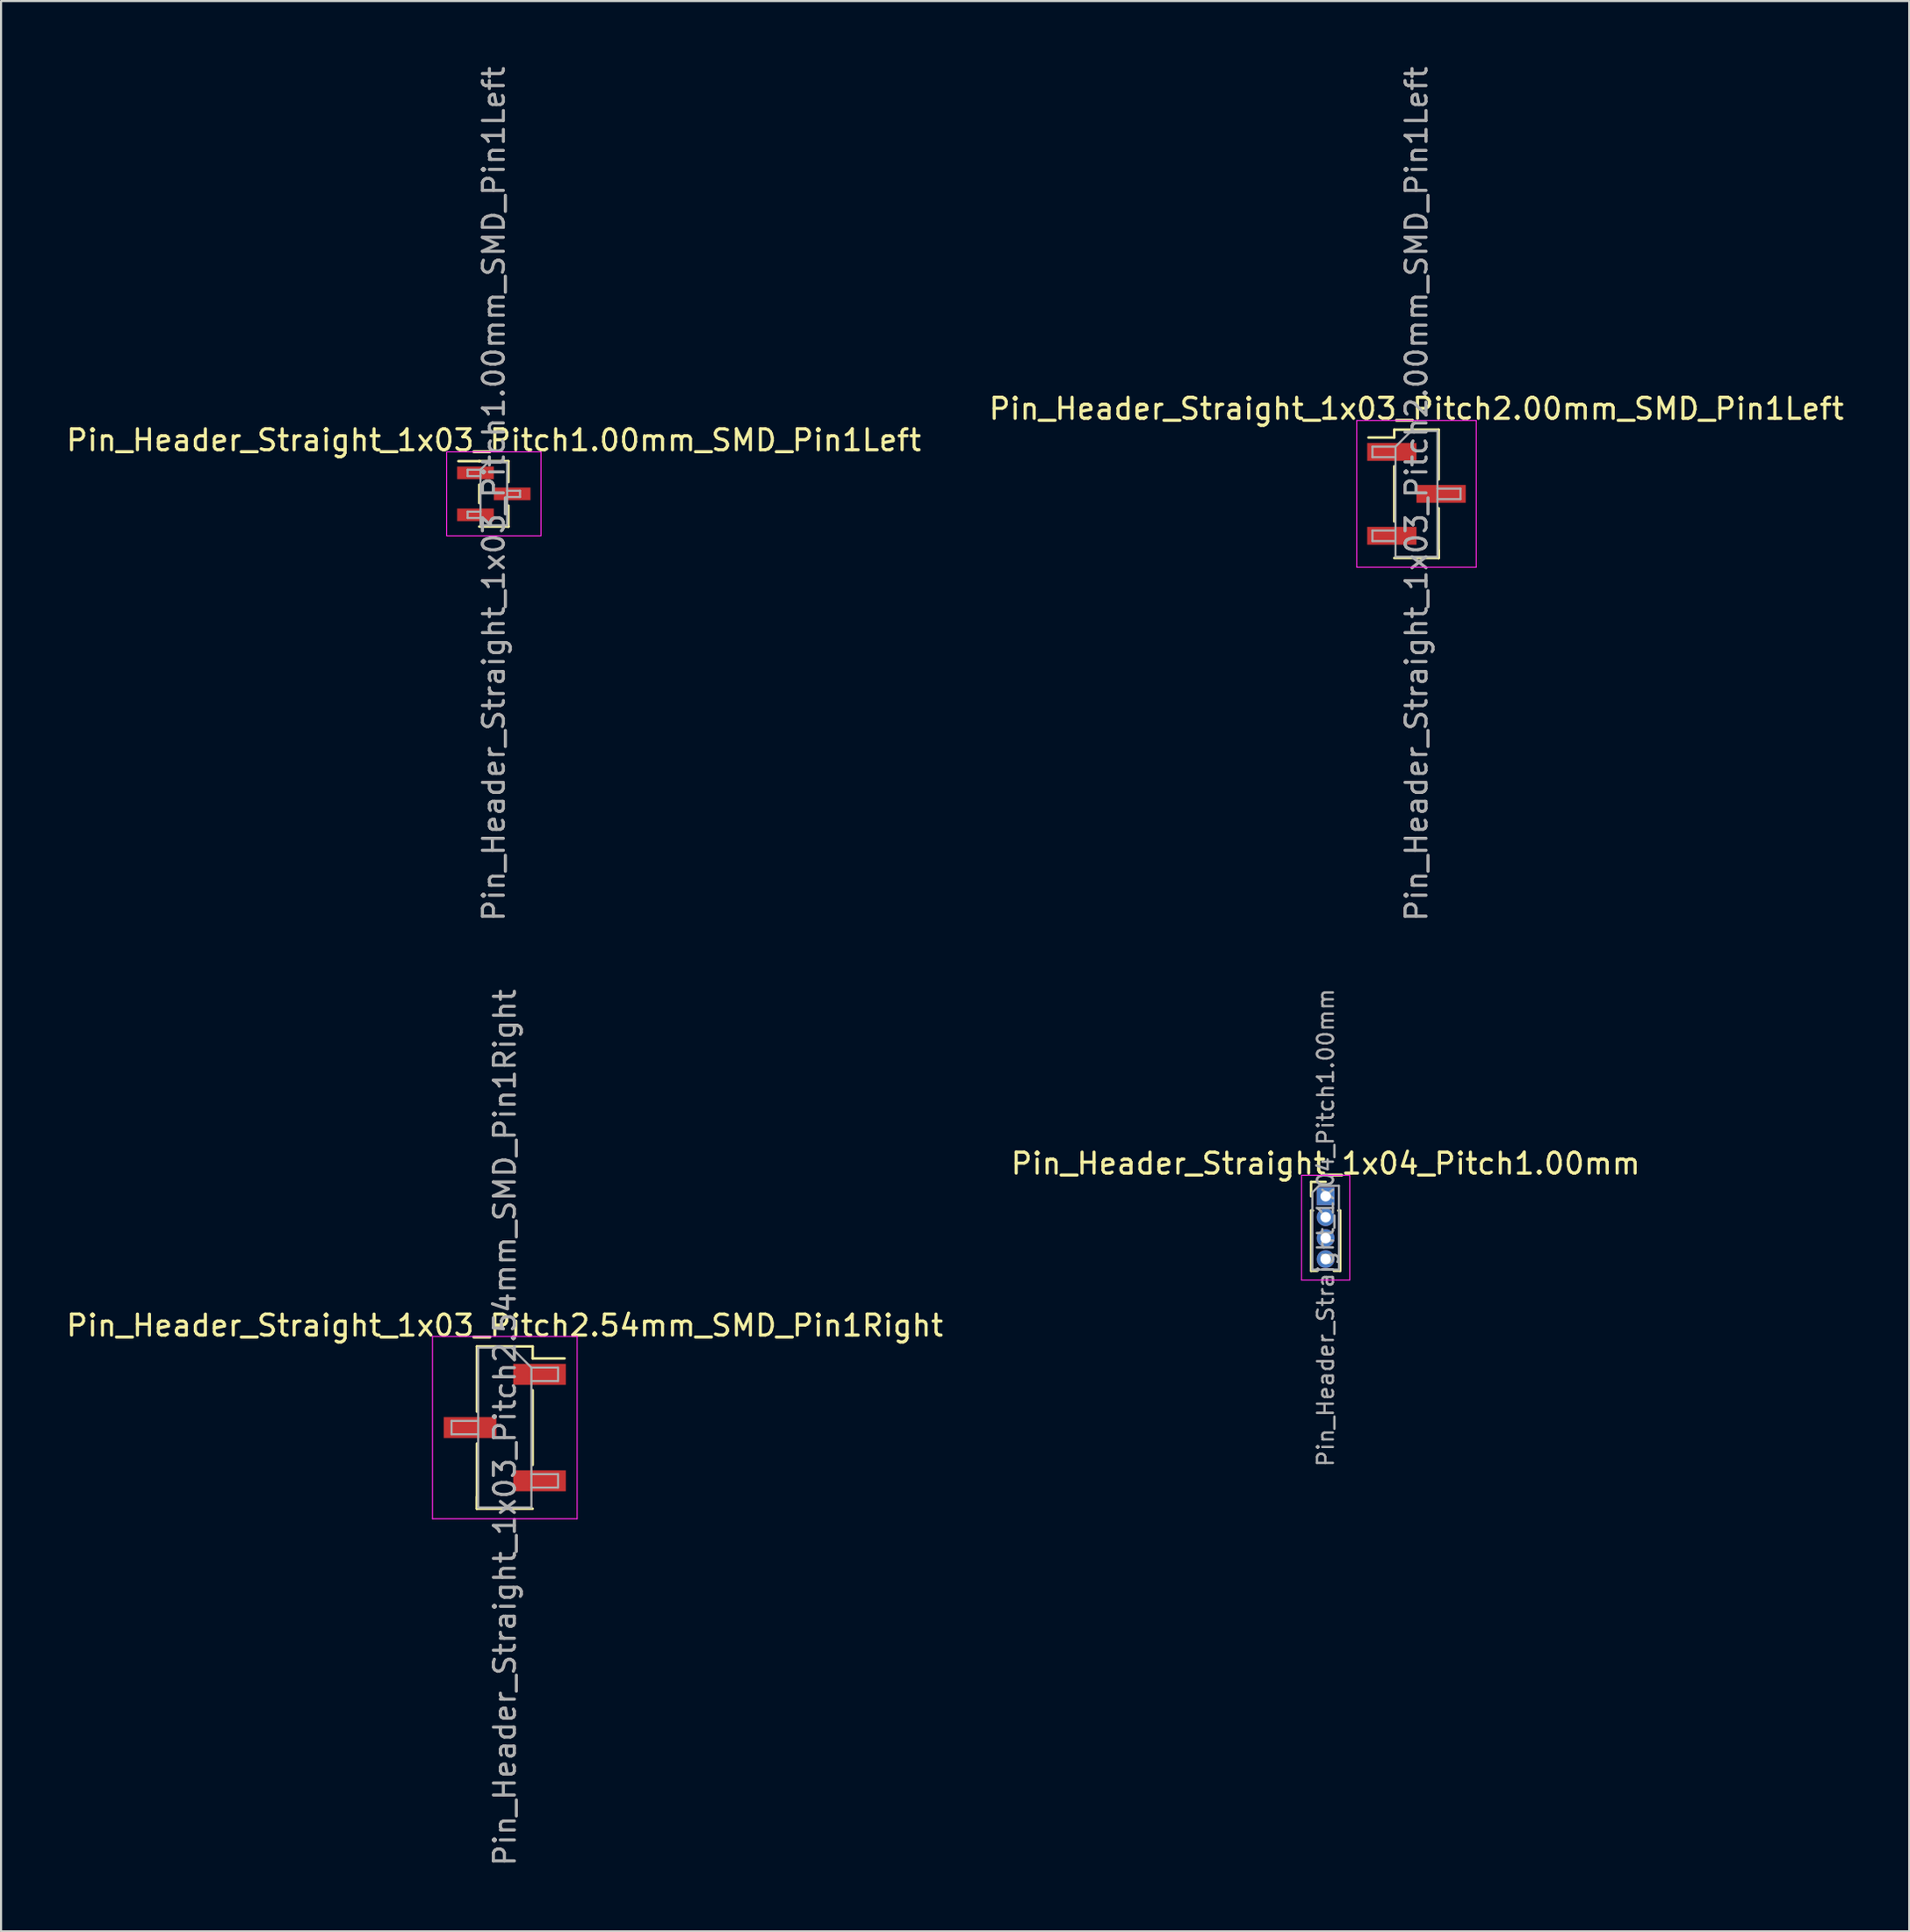
<source format=kicad_pcb>
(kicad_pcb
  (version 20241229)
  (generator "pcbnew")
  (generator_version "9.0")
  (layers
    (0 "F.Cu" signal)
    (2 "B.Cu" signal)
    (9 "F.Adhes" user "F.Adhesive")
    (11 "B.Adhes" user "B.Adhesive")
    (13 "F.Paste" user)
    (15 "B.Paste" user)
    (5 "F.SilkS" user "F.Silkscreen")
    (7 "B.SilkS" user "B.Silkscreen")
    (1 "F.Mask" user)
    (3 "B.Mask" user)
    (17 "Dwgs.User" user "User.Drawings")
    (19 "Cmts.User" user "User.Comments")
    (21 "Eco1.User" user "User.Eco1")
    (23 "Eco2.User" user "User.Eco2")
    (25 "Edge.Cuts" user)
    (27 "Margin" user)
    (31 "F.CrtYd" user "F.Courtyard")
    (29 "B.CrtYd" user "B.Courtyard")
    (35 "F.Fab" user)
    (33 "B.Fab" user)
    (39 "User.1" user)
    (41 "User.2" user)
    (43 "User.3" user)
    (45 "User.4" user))
  (footprint "Pin_Header_Straight_1x03_Pitch2.00mm_SMD_Pin1Left"
    (layer "F.Cu")
    (at 64.518 20.506)
    (property "Reference" "Pin_Header_Straight_1x03_Pitch2.00mm_SMD_Pin1Left" (at 0 -4.06 0) (layer "F.SilkS") (effects (font (size 1 1) (thickness 0.15))))
    (attr smd)
    (fp_line (start -1.06 -3.06) (end -1.06 -2.685) (stroke (width 0.12) (type solid)) (layer "F.SilkS"))
    (fp_line (start -1.06 -3.06) (end 1.06 -3.06) (stroke (width 0.12) (type solid)) (layer "F.SilkS"))
    (fp_line (start -1.06 -2.685) (end -2.29 -2.685) (stroke (width 0.12) (type solid)) (layer "F.SilkS"))
    (fp_line (start -1.06 -1.315) (end -1.06 1.315) (stroke (width 0.12) (type solid)) (layer "F.SilkS"))
    (fp_line (start -1.06 3.06) (end 1.06 3.06) (stroke (width 0.12) (type solid)) (layer "F.SilkS"))
    (fp_line (start 1.06 -3.06) (end 1.06 -0.685) (stroke (width 0.12) (type solid)) (layer "F.SilkS"))
    (fp_line (start 1.06 0.685) (end 1.06 3.06) (stroke (width 0.12) (type solid)) (layer "F.SilkS"))
    (fp_line (start 1.06 2.685) (end 1.06 3.06) (stroke (width 0.12) (type solid)) (layer "F.SilkS"))
    (fp_line (start -2.85 -3.5) (end -2.85 3.5) (stroke (width 0.05) (type solid)) (layer "F.CrtYd"))
    (fp_line (start -2.85 3.5) (end 2.85 3.5) (stroke (width 0.05) (type solid)) (layer "F.CrtYd"))
    (fp_line (start 2.85 -3.5) (end -2.85 -3.5) (stroke (width 0.05) (type solid)) (layer "F.CrtYd"))
    (fp_line (start 2.85 3.5) (end 2.85 -3.5) (stroke (width 0.05) (type solid)) (layer "F.CrtYd"))
    (fp_line (start -2.1 -2.25) (end -2.1 -1.75) (stroke (width 0.1) (type solid)) (layer "F.Fab"))
    (fp_line (start -2.1 -1.75) (end -1 -1.75) (stroke (width 0.1) (type solid)) (layer "F.Fab"))
    (fp_line (start -2.1 1.75) (end -2.1 2.25) (stroke (width 0.1) (type solid)) (layer "F.Fab"))
    (fp_line (start -2.1 2.25) (end -1 2.25) (stroke (width 0.1) (type solid)) (layer "F.Fab"))
    (fp_line (start -1 -2.25) (end -2.1 -2.25) (stroke (width 0.1) (type solid)) (layer "F.Fab"))
    (fp_line (start -1 -2.25) (end -0.25 -3) (stroke (width 0.1) (type solid)) (layer "F.Fab"))
    (fp_line (start -1 1.75) (end -2.1 1.75) (stroke (width 0.1) (type solid)) (layer "F.Fab"))
    (fp_line (start -1 3) (end -1 -2.25) (stroke (width 0.1) (type solid)) (layer "F.Fab"))
    (fp_line (start -0.25 -3) (end 1 -3) (stroke (width 0.1) (type solid)) (layer "F.Fab"))
    (fp_line (start 1 -3) (end 1 3) (stroke (width 0.1) (type solid)) (layer "F.Fab"))
    (fp_line (start 1 -0.25) (end 2.1 -0.25) (stroke (width 0.1) (type solid)) (layer "F.Fab"))
    (fp_line (start 1 3) (end -1 3) (stroke (width 0.1) (type solid)) (layer "F.Fab"))
    (fp_line (start 2.1 -0.25) (end 2.1 0.25) (stroke (width 0.1) (type solid)) (layer "F.Fab"))
    (fp_line (start 2.1 0.25) (end 1 0.25) (stroke (width 0.1) (type solid)) (layer "F.Fab"))
    (fp_text user "${REFERENCE}" (at 0 0 90) (layer "F.Fab") (effects (font (size 1 1) (thickness 0.15))))
    (pad "1" smd rect (at -1.175 -2) (size 2.35 0.85) (layers "F.Cu" "F.Mask" "F.Paste"))
    (pad "2" smd rect (at 1.175 0) (size 2.35 0.85) (layers "F.Cu" "F.Mask" "F.Paste"))
    (pad "3" smd rect (at -1.175 2) (size 2.35 0.85) (layers "F.Cu" "F.Mask" "F.Paste")))
  (footprint "Pin_Header_Straight_1x04_Pitch1.00mm"
    (layer "F.Cu")
    (at 60.185 54.007)
    (property "Reference" "Pin_Header_Straight_1x04_Pitch1.00mm" (at 0 -1.56 0) (layer "F.SilkS") (effects (font (size 1 1) (thickness 0.15))))
    (attr through_hole)
    (fp_line (start -0.695 -0.685) (end 0 -0.685) (stroke (width 0.12) (type solid)) (layer "F.SilkS"))
    (fp_line (start -0.695 0) (end -0.695 -0.685) (stroke (width 0.12) (type solid)) (layer "F.SilkS"))
    (fp_line (start -0.695 0.685) (end -0.695 3.56) (stroke (width 0.12) (type solid)) (layer "F.SilkS"))
    (fp_line (start -0.695 0.685) (end -0.608 0.685) (stroke (width 0.12) (type solid)) (layer "F.SilkS"))
    (fp_line (start -0.695 3.56) (end -0.394 3.56) (stroke (width 0.12) (type solid)) (layer "F.SilkS"))
    (fp_line (start 0.394 3.56) (end 0.695 3.56) (stroke (width 0.12) (type solid)) (layer "F.SilkS"))
    (fp_line (start 0.608 0.685) (end 0.695 0.685) (stroke (width 0.12) (type solid)) (layer "F.SilkS"))
    (fp_line (start 0.695 0.685) (end 0.695 3.56) (stroke (width 0.12) (type solid)) (layer "F.SilkS"))
    (fp_line (start -1.15 -1) (end -1.15 4) (stroke (width 0.05) (type solid)) (layer "F.CrtYd"))
    (fp_line (start -1.15 4) (end 1.15 4) (stroke (width 0.05) (type solid)) (layer "F.CrtYd"))
    (fp_line (start 1.15 -1) (end -1.15 -1) (stroke (width 0.05) (type solid)) (layer "F.CrtYd"))
    (fp_line (start 1.15 4) (end 1.15 -1) (stroke (width 0.05) (type solid)) (layer "F.CrtYd"))
    (fp_line (start -0.635 -0.182) (end -0.318 -0.5) (stroke (width 0.1) (type solid)) (layer "F.Fab"))
    (fp_line (start -0.635 3.5) (end -0.635 -0.182) (stroke (width 0.1) (type solid)) (layer "F.Fab"))
    (fp_line (start -0.318 -0.5) (end 0.635 -0.5) (stroke (width 0.1) (type solid)) (layer "F.Fab"))
    (fp_line (start 0.635 -0.5) (end 0.635 3.5) (stroke (width 0.1) (type solid)) (layer "F.Fab"))
    (fp_line (start 0.635 3.5) (end -0.635 3.5) (stroke (width 0.1) (type solid)) (layer "F.Fab"))
    (fp_text user "${REFERENCE}" (at 0 1.5 90) (layer "F.Fab") (effects (font (size 0.76 0.76) (thickness 0.114))))
    (pad "1" thru_hole rect (at 0 0) (size 0.85 0.85) (drill 0.5) (layers "*.Cu" "*.Mask"))
    (pad "2" thru_hole oval (at 0 1) (size 0.85 0.85) (drill 0.5) (layers "*.Cu" "*.Mask"))
    (pad "3" thru_hole oval (at 0 2) (size 0.85 0.85) (drill 0.5) (layers "*.Cu" "*.Mask"))
    (pad "4" thru_hole oval (at 0 3) (size 0.85 0.85) (drill 0.5) (layers "*.Cu" "*.Mask")))
  (footprint "Pin_Header_Straight_1x03_Pitch2.54mm_SMD_Pin1Right"
    (layer "F.Cu")
    (at 21.03 65.042)
    (property "Reference" "Pin_Header_Straight_1x03_Pitch2.54mm_SMD_Pin1Right" (at 0 -4.87 0) (layer "F.SilkS") (effects (font (size 1 1) (thickness 0.15))))
    (attr smd)
    (fp_line (start -1.33 -3.87) (end -1.33 -0.76) (stroke (width 0.12) (type solid)) (layer "F.SilkS"))
    (fp_line (start -1.33 -3.87) (end 1.33 -3.87) (stroke (width 0.12) (type solid)) (layer "F.SilkS"))
    (fp_line (start -1.33 0.76) (end -1.33 3.87) (stroke (width 0.12) (type solid)) (layer "F.SilkS"))
    (fp_line (start -1.33 3.3) (end -1.33 3.87) (stroke (width 0.12) (type solid)) (layer "F.SilkS"))
    (fp_line (start -1.33 3.87) (end 1.33 3.87) (stroke (width 0.12) (type solid)) (layer "F.SilkS"))
    (fp_line (start 1.33 -3.87) (end 1.33 -3.3) (stroke (width 0.12) (type solid)) (layer "F.SilkS"))
    (fp_line (start 1.33 -3.3) (end 2.85 -3.3) (stroke (width 0.12) (type solid)) (layer "F.SilkS"))
    (fp_line (start 1.33 -1.78) (end 1.33 1.78) (stroke (width 0.12) (type solid)) (layer "F.SilkS"))
    (fp_line (start -3.45 -4.35) (end -3.45 4.35) (stroke (width 0.05) (type solid)) (layer "F.CrtYd"))
    (fp_line (start -3.45 4.35) (end 3.45 4.35) (stroke (width 0.05) (type solid)) (layer "F.CrtYd"))
    (fp_line (start 3.45 -4.35) (end -3.45 -4.35) (stroke (width 0.05) (type solid)) (layer "F.CrtYd"))
    (fp_line (start 3.45 4.35) (end 3.45 -4.35) (stroke (width 0.05) (type solid)) (layer "F.CrtYd"))
    (fp_line (start -2.54 -0.32) (end -2.54 0.32) (stroke (width 0.1) (type solid)) (layer "F.Fab"))
    (fp_line (start -2.54 0.32) (end -1.27 0.32) (stroke (width 0.1) (type solid)) (layer "F.Fab"))
    (fp_line (start -1.27 -3.81) (end -1.27 3.81) (stroke (width 0.1) (type solid)) (layer "F.Fab"))
    (fp_line (start -1.27 -3.81) (end 0.32 -3.81) (stroke (width 0.1) (type solid)) (layer "F.Fab"))
    (fp_line (start -1.27 -0.32) (end -2.54 -0.32) (stroke (width 0.1) (type solid)) (layer "F.Fab"))
    (fp_line (start 1.27 -2.86) (end 0.32 -3.81) (stroke (width 0.1) (type solid)) (layer "F.Fab"))
    (fp_line (start 1.27 -2.86) (end 2.54 -2.86) (stroke (width 0.1) (type solid)) (layer "F.Fab"))
    (fp_line (start 1.27 2.22) (end 2.54 2.22) (stroke (width 0.1) (type solid)) (layer "F.Fab"))
    (fp_line (start 1.27 3.81) (end -1.27 3.81) (stroke (width 0.1) (type solid)) (layer "F.Fab"))
    (fp_line (start 1.27 3.81) (end 1.27 -2.86) (stroke (width 0.1) (type solid)) (layer "F.Fab"))
    (fp_line (start 2.54 -2.86) (end 2.54 -2.22) (stroke (width 0.1) (type solid)) (layer "F.Fab"))
    (fp_line (start 2.54 -2.22) (end 1.27 -2.22) (stroke (width 0.1) (type solid)) (layer "F.Fab"))
    (fp_line (start 2.54 2.22) (end 2.54 2.86) (stroke (width 0.1) (type solid)) (layer "F.Fab"))
    (fp_line (start 2.54 2.86) (end 1.27 2.86) (stroke (width 0.1) (type solid)) (layer "F.Fab"))
    (fp_text user "${REFERENCE}" (at 0 0 90) (layer "F.Fab") (effects (font (size 1 1) (thickness 0.15))))
    (pad "1" smd rect (at 1.655 -2.54) (size 2.51 1) (layers "F.Cu" "F.Mask" "F.Paste"))
    (pad "2" smd rect (at -1.655 0) (size 2.51 1) (layers "F.Cu" "F.Mask" "F.Paste"))
    (pad "3" smd rect (at 1.655 2.54) (size 2.51 1) (layers "F.Cu" "F.Mask" "F.Paste")))
  (footprint "Pin_Header_Straight_1x03_Pitch1.00mm_SMD_Pin1Left"
    (layer "F.Cu")
    (at 20.506 20.506)
    (property "Reference" "Pin_Header_Straight_1x03_Pitch1.00mm_SMD_Pin1Left" (at 0 -2.56 0) (layer "F.SilkS") (effects (font (size 1 1) (thickness 0.15))))
    (attr smd)
    (fp_line (start -0.695 -1.56) (end -1.69 -1.56) (stroke (width 0.12) (type solid)) (layer "F.SilkS"))
    (fp_line (start -0.695 -1.56) (end -0.695 -1.56) (stroke (width 0.12) (type solid)) (layer "F.SilkS"))
    (fp_line (start -0.695 -1.56) (end 0.695 -1.56) (stroke (width 0.12) (type solid)) (layer "F.SilkS"))
    (fp_line (start -0.695 -0.44) (end -0.695 0.44) (stroke (width 0.12) (type solid)) (layer "F.SilkS"))
    (fp_line (start -0.695 1.56) (end 0.695 1.56) (stroke (width 0.12) (type solid)) (layer "F.SilkS"))
    (fp_line (start 0.695 -1.56) (end 0.695 -0.56) (stroke (width 0.12) (type solid)) (layer "F.SilkS"))
    (fp_line (start 0.695 0.56) (end 0.695 1.56) (stroke (width 0.12) (type solid)) (layer "F.SilkS"))
    (fp_line (start 0.695 1.56) (end 0.695 1.56) (stroke (width 0.12) (type solid)) (layer "F.SilkS"))
    (fp_line (start -2.25 -2) (end -2.25 2) (stroke (width 0.05) (type solid)) (layer "F.CrtYd"))
    (fp_line (start -2.25 2) (end 2.25 2) (stroke (width 0.05) (type solid)) (layer "F.CrtYd"))
    (fp_line (start 2.25 -2) (end -2.25 -2) (stroke (width 0.05) (type solid)) (layer "F.CrtYd"))
    (fp_line (start 2.25 2) (end 2.25 -2) (stroke (width 0.05) (type solid)) (layer "F.CrtYd"))
    (fp_line (start -1.25 -1.15) (end -1.25 -0.85) (stroke (width 0.1) (type solid)) (layer "F.Fab"))
    (fp_line (start -1.25 -0.85) (end -0.635 -0.85) (stroke (width 0.1) (type solid)) (layer "F.Fab"))
    (fp_line (start -1.25 0.85) (end -1.25 1.15) (stroke (width 0.1) (type solid)) (layer "F.Fab"))
    (fp_line (start -1.25 1.15) (end -0.635 1.15) (stroke (width 0.1) (type solid)) (layer "F.Fab"))
    (fp_line (start -0.635 -1.15) (end -1.25 -1.15) (stroke (width 0.1) (type solid)) (layer "F.Fab"))
    (fp_line (start -0.635 -1.15) (end -0.285 -1.5) (stroke (width 0.1) (type solid)) (layer "F.Fab"))
    (fp_line (start -0.635 0.85) (end -1.25 0.85) (stroke (width 0.1) (type solid)) (layer "F.Fab"))
    (fp_line (start -0.635 1.5) (end -0.635 -1.15) (stroke (width 0.1) (type solid)) (layer "F.Fab"))
    (fp_line (start -0.285 -1.5) (end 0.635 -1.5) (stroke (width 0.1) (type solid)) (layer "F.Fab"))
    (fp_line (start 0.635 -1.5) (end 0.635 1.5) (stroke (width 0.1) (type solid)) (layer "F.Fab"))
    (fp_line (start 0.635 -0.15) (end 1.25 -0.15) (stroke (width 0.1) (type solid)) (layer "F.Fab"))
    (fp_line (start 0.635 1.5) (end -0.635 1.5) (stroke (width 0.1) (type solid)) (layer "F.Fab"))
    (fp_line (start 1.25 -0.15) (end 1.25 0.15) (stroke (width 0.1) (type solid)) (layer "F.Fab"))
    (fp_line (start 1.25 0.15) (end 0.635 0.15) (stroke (width 0.1) (type solid)) (layer "F.Fab"))
    (fp_text user "${REFERENCE}" (at 0 0 90) (layer "F.Fab") (effects (font (size 1 1) (thickness 0.15))))
    (pad "1" smd rect (at -0.875 -1) (size 1.75 0.6) (layers "F.Cu" "F.Mask" "F.Paste"))
    (pad "2" smd rect (at 0.875 0) (size 1.75 0.6) (layers "F.Cu" "F.Mask" "F.Paste"))
    (pad "3" smd rect (at -0.875 1) (size 1.75 0.6) (layers "F.Cu" "F.Mask" "F.Paste")))
  (gr_rect
    (start -3 -3)
    (end 88.024 89.071)
    (stroke (width 0.1) (type default))
    (fill no)
    (layer "Edge.Cuts")))
</source>
